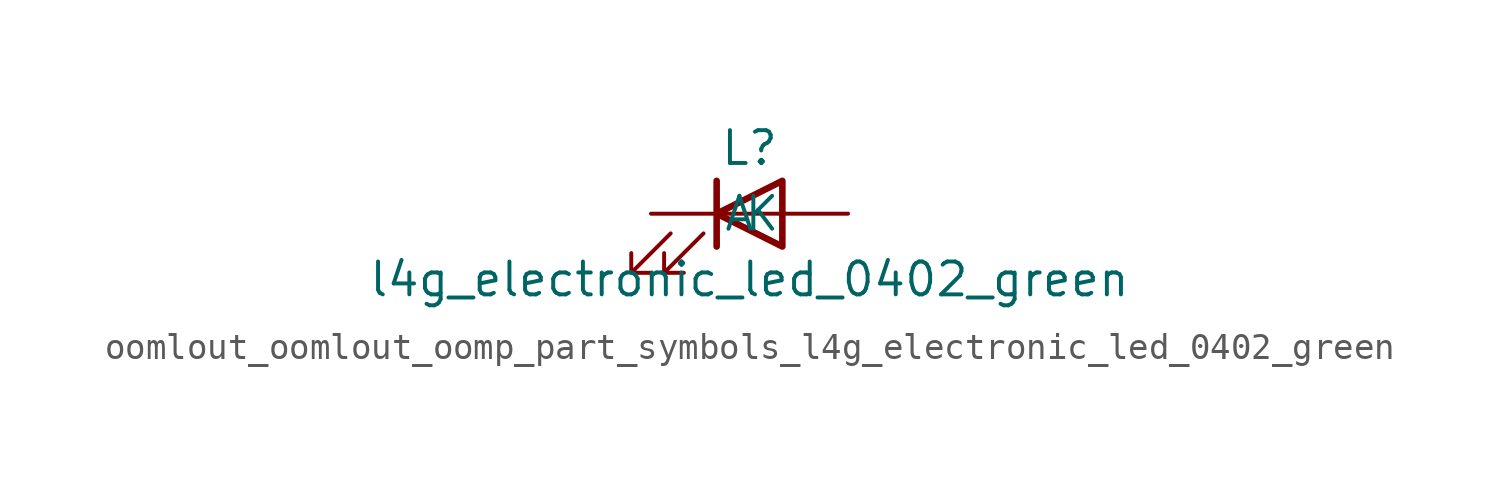
<source format=kicad_sym>
(kicad_symbol_lib
  (version 20220914)
  (generator kicad_symbol_editor)
  (symbol "oomlout_oomlout_oomp_part_symbols_l4g_electronic_led_0402_green"
    (pin_numbers hide)
    (pin_names
      (offset 1.016))
    (property "Reference" "L"
      (at 0 2.54 0)
      (effects (font (size 1.27 1.27))))
    (property "Value" "l4g_electronic_led_0402_green"
      (at 0 -2.54 0)
      (effects (font (size 1.27 1.27))))
    (symbol "oomlout_oomlout_oomp_part_symbols_l4g_electronic_led_0402_green_0_1"
      (polyline (pts (xy -1.27 -1.27) (xy -1.27 1.27)) (stroke (width 0.254) (type default)) (fill (type none)))
      (polyline (pts (xy -1.27 0) (xy 1.27 0)) (stroke (width 0) (type default)) (fill (type none)))
      (polyline (pts (xy 1.27 -1.27) (xy 1.27 1.27) (xy -1.27 0) (xy 1.27 -1.27)) (stroke (width 0.254) (type default)) (fill (type none)))
      (polyline (pts (xy -3.048 -0.762) (xy -4.572 -2.286) (xy -3.81 -2.286) (xy -4.572 -2.286) (xy -4.572 -1.524)) (stroke (width 0) (type default)) (fill (type none)))
      (polyline (pts (xy -1.778 -0.762) (xy -3.302 -2.286) (xy -2.54 -2.286) (xy -3.302 -2.286) (xy -3.302 -1.524)) (stroke (width 0) (type default)) (fill (type none))))
    (symbol "oomlout_oomlout_oomp_part_symbols_l4g_electronic_led_0402_green_1_1"
      (pin passive line (at -3.81 0 0) (length 2.54) (name "K" (effects (font (size 1.27 1.27)))) (number "1" (effects (font (size 1.27 1.27)))))
      (pin passive line (at 3.81 0 180) (length 2.54) (name "A" (effects (font (size 1.27 1.27)))) (number "2" (effects (font (size 1.27 1.27))))))))
</source>
